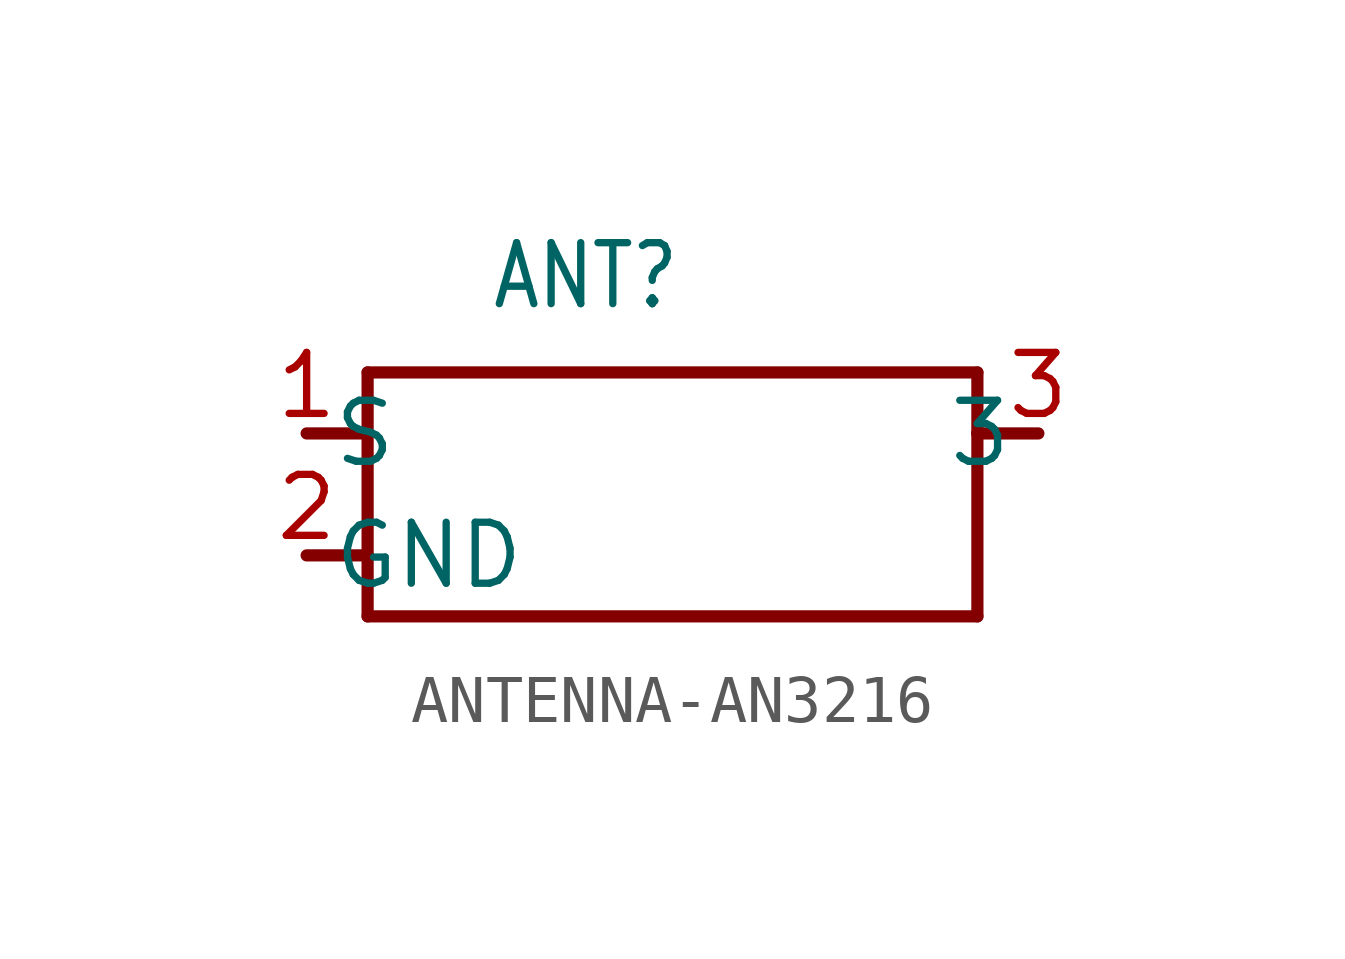
<source format=kicad_sym>
(kicad_symbol_lib
  (version 20231120)
  (generator "kicad_symbol_editor")
  (generator_version "8.0")
  (symbol "ANTENNA-AN3216"
    (property "Reference" "ANT"
      (at 0 5.08 0)
      (effects (font (size 1.27 1.079)) (justify left bottom)))
    (property "Value" ""
      (at 0 3.81 0)
      (effects (font (size 1.27 1.079)) (justify left bottom)))
    (property "ki_locked" ""
      (at 0 0 0)
      (effects (font (size 1.27 1.27))))
    (symbol "ANTENNA-AN3216_1_0"
      (polyline (pts (xy -3.81 0) (xy -2.54 0)) (stroke (width 0.254) (type solid)) (fill (type none)))
      (polyline (pts (xy -3.81 2.54) (xy -2.54 2.54)) (stroke (width 0.254) (type solid)) (fill (type none)))
      (polyline (pts (xy -2.54 -1.27) (xy 10.16 -1.27)) (stroke (width 0.254) (type solid)) (fill (type none)))
      (polyline (pts (xy -2.54 0) (xy -2.54 -1.27)) (stroke (width 0.254) (type solid)) (fill (type none)))
      (polyline (pts (xy -2.54 2.54) (xy -2.54 0)) (stroke (width 0.254) (type solid)) (fill (type none)))
      (polyline (pts (xy -2.54 3.81) (xy -2.54 2.54)) (stroke (width 0.254) (type solid)) (fill (type none)))
      (polyline (pts (xy 10.16 -1.27) (xy 10.16 2.54)) (stroke (width 0.254) (type solid)) (fill (type none)))
      (polyline (pts (xy 10.16 2.54) (xy 10.16 3.81)) (stroke (width 0.254) (type solid)) (fill (type none)))
      (polyline (pts (xy 10.16 3.81) (xy -2.54 3.81)) (stroke (width 0.254) (type solid)) (fill (type none)))
      (polyline (pts (xy 11.43 2.54) (xy 10.16 2.54)) (stroke (width 0.254) (type solid)) (fill (type none)))
      (pin bidirectional line (at -3.81 2.54 0) (length 0) (name "S" (effects (font (size 1.27 1.27)))) (number "1" (effects (font (size 1.27 1.27)))))
      (pin bidirectional line (at -3.81 0 0) (length 0) (name "GND" (effects (font (size 1.27 1.27)))) (number "2" (effects (font (size 1.27 1.27)))))
      (pin bidirectional line (at 11.43 2.54 180) (length 0) (name "3" (effects (font (size 1.27 1.27)))) (number "3" (effects (font (size 1.27 1.27))))))))
</source>
